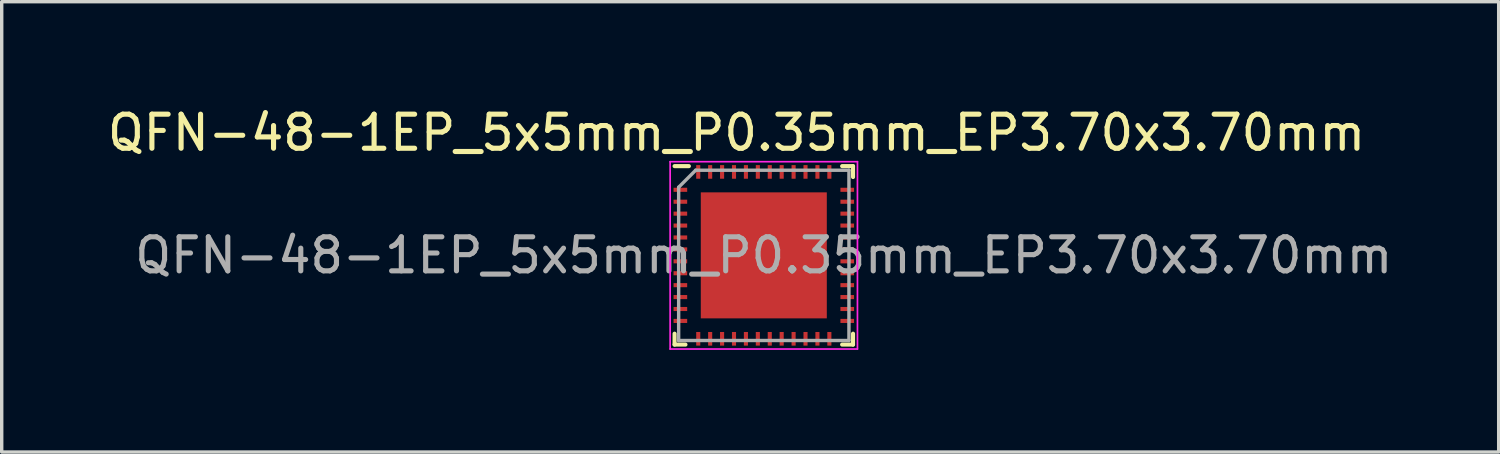
<source format=kicad_pcb>
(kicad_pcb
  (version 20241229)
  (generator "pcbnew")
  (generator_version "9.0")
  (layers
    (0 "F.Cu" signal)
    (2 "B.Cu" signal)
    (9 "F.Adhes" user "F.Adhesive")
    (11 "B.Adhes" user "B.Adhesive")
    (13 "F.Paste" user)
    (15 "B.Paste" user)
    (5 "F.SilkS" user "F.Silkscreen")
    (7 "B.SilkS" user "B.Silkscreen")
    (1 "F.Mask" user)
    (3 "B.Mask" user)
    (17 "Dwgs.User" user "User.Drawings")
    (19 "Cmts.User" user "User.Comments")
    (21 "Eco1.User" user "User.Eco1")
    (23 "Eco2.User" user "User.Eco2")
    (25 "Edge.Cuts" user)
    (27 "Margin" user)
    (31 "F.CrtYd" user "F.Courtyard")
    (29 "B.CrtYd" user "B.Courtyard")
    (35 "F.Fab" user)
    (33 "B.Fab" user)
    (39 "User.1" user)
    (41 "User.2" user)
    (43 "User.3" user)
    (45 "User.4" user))
  (footprint "QFN-48-1EP_5x5mm_P0.35mm_EP3.70x3.70mm"
    (layer "F.Cu")
    (at 19.377 4.448)
    (property "Reference" "QFN-48-1EP_5x5mm_P0.35mm_EP3.70x3.70mm" (at -0.8 -3.6 0) (layer "F.SilkS") (effects (font (size 1 1) (thickness 0.15))))
    (attr smd)
    (fp_line (start -2.62 -2.62) (end -2.2 -2.62) (stroke (width 0.12) (type solid)) (layer "F.SilkS"))
    (fp_line (start -2.62 2.62) (end -2.62 2.3) (stroke (width 0.12) (type solid)) (layer "F.SilkS"))
    (fp_line (start -2.3 2.62) (end -2.62 2.62) (stroke (width 0.12) (type solid)) (layer "F.SilkS"))
    (fp_line (start 2.3 -2.62) (end 2.62 -2.62) (stroke (width 0.12) (type solid)) (layer "F.SilkS"))
    (fp_line (start 2.3 2.62) (end 2.62 2.62) (stroke (width 0.12) (type solid)) (layer "F.SilkS"))
    (fp_line (start 2.62 -2.3) (end 2.62 -2.62) (stroke (width 0.12) (type solid)) (layer "F.SilkS"))
    (fp_line (start 2.62 2.62) (end 2.62 2.3) (stroke (width 0.12) (type solid)) (layer "F.SilkS"))
    (fp_line (start -2.75 -2.75) (end -2.75 2.75) (stroke (width 0.05) (type solid)) (layer "F.CrtYd"))
    (fp_line (start -2.75 2.75) (end 2.75 2.75) (stroke (width 0.05) (type solid)) (layer "F.CrtYd"))
    (fp_line (start 2.75 -2.75) (end -2.75 -2.75) (stroke (width 0.05) (type solid)) (layer "F.CrtYd"))
    (fp_line (start 2.75 2.75) (end 2.75 -2.75) (stroke (width 0.05) (type solid)) (layer "F.CrtYd"))
    (fp_line (start -2.5 2.5) (end -2.5 -2) (stroke (width 0.1) (type solid)) (layer "F.Fab"))
    (fp_line (start -2 -2.5) (end -2.5 -2) (stroke (width 0.1) (type solid)) (layer "F.Fab"))
    (fp_line (start 2.5 -2.5) (end -2 -2.5) (stroke (width 0.1) (type solid)) (layer "F.Fab"))
    (fp_line (start 2.5 -2.5) (end 2.5 2.5) (stroke (width 0.1) (type solid)) (layer "F.Fab"))
    (fp_line (start 2.5 2.5) (end -2.5 2.5) (stroke (width 0.1) (type solid)) (layer "F.Fab"))
    (fp_text user "${REFERENCE}" (at 0 0 0) (layer "F.Fab") (effects (font (size 1 1) (thickness 0.15))))
    (pad "" smd rect (at -1.4 -1.4) (size 0.65 0.65) (layers "F.Paste"))
    (pad "" smd rect (at -1.4 -0.5) (size 0.65 0.65) (layers "F.Paste"))
    (pad "" smd rect (at -1.4 0.5) (size 0.65 0.65) (layers "F.Paste"))
    (pad "" smd rect (at -1.4 1.4) (size 0.65 0.65) (layers "F.Paste"))
    (pad "" smd rect (at -0.5 -1.4) (size 0.65 0.65) (layers "F.Paste"))
    (pad "" smd rect (at -0.5 -0.5) (size 0.65 0.65) (layers "F.Paste"))
    (pad "" smd rect (at -0.5 0.5) (size 0.65 0.65) (layers "F.Paste"))
    (pad "" smd rect (at -0.5 1.4) (size 0.65 0.65) (layers "F.Paste"))
    (pad "" smd rect (at 0.5 -0.5) (size 0.65 0.65) (layers "F.Paste"))
    (pad "" smd rect (at 0.5 0.5) (size 0.65 0.65) (layers "F.Paste"))
    (pad "" smd rect (at 0.5 1.4) (size 0.65 0.65) (layers "F.Paste"))
    (pad "" smd rect (at 0.6 -1.4) (size 0.65 0.65) (layers "F.Paste"))
    (pad "" smd rect (at 1.4 -1.4) (size 0.65 0.65) (layers "F.Paste"))
    (pad "" smd rect (at 1.4 -0.5) (size 0.65 0.65) (layers "F.Paste"))
    (pad "" smd rect (at 1.4 0.5) (size 0.65 0.65) (layers "F.Paste"))
    (pad "" smd rect (at 1.4 1.4) (size 0.65 0.65) (layers "F.Paste"))
    (pad "1" smd rect (at -2.45 -1.925) (size 0.4 0.12) (layers "F.Cu" "F.Mask" "F.Paste"))
    (pad "2" smd rect (at -2.45 -1.575) (size 0.4 0.12) (layers "F.Cu" "F.Mask" "F.Paste"))
    (pad "3" smd rect (at -2.45 -1.225) (size 0.4 0.12) (layers "F.Cu" "F.Mask" "F.Paste"))
    (pad "4" smd rect (at -2.45 -0.875) (size 0.4 0.12) (layers "F.Cu" "F.Mask" "F.Paste"))
    (pad "5" smd rect (at -2.45 -0.525) (size 0.4 0.12) (layers "F.Cu" "F.Mask" "F.Paste"))
    (pad "6" smd rect (at -2.45 -0.175) (size 0.4 0.12) (layers "F.Cu" "F.Mask" "F.Paste"))
    (pad "7" smd rect (at -2.45 0.175) (size 0.4 0.12) (layers "F.Cu" "F.Mask" "F.Paste"))
    (pad "8" smd rect (at -2.45 0.525) (size 0.4 0.12) (layers "F.Cu" "F.Mask" "F.Paste"))
    (pad "9" smd rect (at -2.45 0.875) (size 0.4 0.12) (layers "F.Cu" "F.Mask" "F.Paste"))
    (pad "10" smd rect (at -2.45 1.225) (size 0.4 0.12) (layers "F.Cu" "F.Mask" "F.Paste"))
    (pad "11" smd rect (at -2.45 1.575) (size 0.4 0.12) (layers "F.Cu" "F.Mask" "F.Paste"))
    (pad "12" smd rect (at -2.45 1.925) (size 0.4 0.12) (layers "F.Cu" "F.Mask" "F.Paste"))
    (pad "13" smd rect (at -1.925 2.45) (size 0.12 0.4) (layers "F.Cu" "F.Mask" "F.Paste"))
    (pad "14" smd rect (at -1.575 2.45) (size 0.12 0.4) (layers "F.Cu" "F.Mask" "F.Paste"))
    (pad "15" smd rect (at -1.225 2.45) (size 0.12 0.4) (layers "F.Cu" "F.Mask" "F.Paste"))
    (pad "16" smd rect (at -0.875 2.45) (size 0.12 0.4) (layers "F.Cu" "F.Mask" "F.Paste"))
    (pad "17" smd rect (at -0.525 2.45) (size 0.12 0.4) (layers "F.Cu" "F.Mask" "F.Paste"))
    (pad "18" smd rect (at -0.175 2.45) (size 0.12 0.4) (layers "F.Cu" "F.Mask" "F.Paste"))
    (pad "19" smd rect (at 0.175 2.45) (size 0.12 0.4) (layers "F.Cu" "F.Mask" "F.Paste"))
    (pad "20" smd rect (at 0.525 2.45) (size 0.12 0.4) (layers "F.Cu" "F.Mask" "F.Paste"))
    (pad "21" smd rect (at 0.875 2.45) (size 0.12 0.4) (layers "F.Cu" "F.Mask" "F.Paste"))
    (pad "22" smd rect (at 1.225 2.45) (size 0.12 0.4) (layers "F.Cu" "F.Mask" "F.Paste"))
    (pad "23" smd rect (at 1.575 2.45) (size 0.12 0.4) (layers "F.Cu" "F.Mask" "F.Paste"))
    (pad "24" smd rect (at 1.925 2.45) (size 0.12 0.4) (layers "F.Cu" "F.Mask" "F.Paste"))
    (pad "25" smd rect (at 2.45 1.925) (size 0.4 0.12) (layers "F.Cu" "F.Mask" "F.Paste"))
    (pad "26" smd rect (at 2.45 1.575) (size 0.4 0.12) (layers "F.Cu" "F.Mask" "F.Paste"))
    (pad "27" smd rect (at 2.45 1.225) (size 0.4 0.12) (layers "F.Cu" "F.Mask" "F.Paste"))
    (pad "28" smd rect (at 2.45 0.875) (size 0.4 0.12) (layers "F.Cu" "F.Mask" "F.Paste"))
    (pad "29" smd rect (at 2.45 0.525) (size 0.4 0.12) (layers "F.Cu" "F.Mask" "F.Paste"))
    (pad "30" smd rect (at 2.45 0.175) (size 0.4 0.12) (layers "F.Cu" "F.Mask" "F.Paste"))
    (pad "31" smd rect (at 2.45 -0.175) (size 0.4 0.12) (layers "F.Cu" "F.Mask" "F.Paste"))
    (pad "32" smd rect (at 2.45 -0.525) (size 0.4 0.12) (layers "F.Cu" "F.Mask" "F.Paste"))
    (pad "33" smd rect (at 2.45 -0.875) (size 0.4 0.12) (layers "F.Cu" "F.Mask" "F.Paste"))
    (pad "34" smd rect (at 2.45 -1.225) (size 0.4 0.12) (layers "F.Cu" "F.Mask" "F.Paste"))
    (pad "35" smd rect (at 2.45 -1.575) (size 0.4 0.12) (layers "F.Cu" "F.Mask" "F.Paste"))
    (pad "36" smd rect (at 2.45 -1.925) (size 0.4 0.12) (layers "F.Cu" "F.Mask" "F.Paste"))
    (pad "37" smd rect (at 1.925 -2.45) (size 0.12 0.4) (layers "F.Cu" "F.Mask" "F.Paste"))
    (pad "38" smd rect (at 1.575 -2.45) (size 0.12 0.4) (layers "F.Cu" "F.Mask" "F.Paste"))
    (pad "39" smd rect (at 1.225 -2.45) (size 0.12 0.4) (layers "F.Cu" "F.Mask" "F.Paste"))
    (pad "40" smd rect (at 0.875 -2.45) (size 0.12 0.4) (layers "F.Cu" "F.Mask" "F.Paste"))
    (pad "41" smd rect (at 0.525 -2.45) (size 0.12 0.4) (layers "F.Cu" "F.Mask" "F.Paste"))
    (pad "42" smd rect (at 0.175 -2.45) (size 0.12 0.4) (layers "F.Cu" "F.Mask" "F.Paste"))
    (pad "43" smd rect (at -0.175 -2.45) (size 0.12 0.4) (layers "F.Cu" "F.Mask" "F.Paste"))
    (pad "44" smd rect (at -0.525 -2.45) (size 0.12 0.4) (layers "F.Cu" "F.Mask" "F.Paste"))
    (pad "45" smd rect (at -0.875 -2.45) (size 0.12 0.4) (layers "F.Cu" "F.Mask" "F.Paste"))
    (pad "46" smd rect (at -1.225 -2.45) (size 0.12 0.4) (layers "F.Cu" "F.Mask" "F.Paste"))
    (pad "47" smd rect (at -1.575 -2.45) (size 0.12 0.4) (layers "F.Cu" "F.Mask" "F.Paste"))
    (pad "48" smd rect (at -1.925 -2.45) (size 0.12 0.4) (layers "F.Cu" "F.Mask" "F.Paste"))
    (pad "49" smd rect (at 0 0) (size 3.7 3.7) (layers "F.Cu" "F.Mask")))
  (gr_rect
    (start -3 -3)
    (end 40.955 10.223)
    (stroke (width 0.1) (type default))
    (fill no)
    (layer "Edge.Cuts")))
</source>
